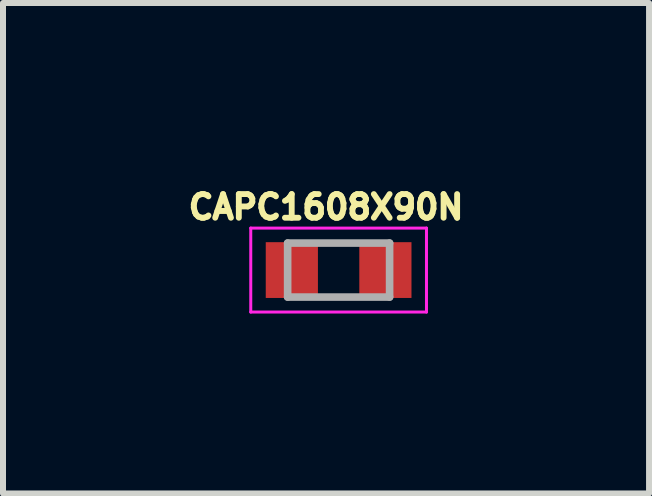
<source format=kicad_pcb>
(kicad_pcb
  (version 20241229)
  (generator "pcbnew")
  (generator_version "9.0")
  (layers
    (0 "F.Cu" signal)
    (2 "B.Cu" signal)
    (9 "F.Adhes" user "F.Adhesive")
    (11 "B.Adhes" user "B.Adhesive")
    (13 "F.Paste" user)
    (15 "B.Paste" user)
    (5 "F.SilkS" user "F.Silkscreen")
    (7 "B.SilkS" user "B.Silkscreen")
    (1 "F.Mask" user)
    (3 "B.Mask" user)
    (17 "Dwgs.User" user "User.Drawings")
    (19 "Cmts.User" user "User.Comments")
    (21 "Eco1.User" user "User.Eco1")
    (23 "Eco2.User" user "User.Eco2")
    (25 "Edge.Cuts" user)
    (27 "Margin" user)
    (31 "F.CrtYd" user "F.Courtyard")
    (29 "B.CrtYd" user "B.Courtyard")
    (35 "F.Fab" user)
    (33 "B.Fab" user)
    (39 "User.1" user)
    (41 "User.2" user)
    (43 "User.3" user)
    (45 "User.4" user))
  (footprint "CAPC1608X90N"
    (layer "F.Cu")
    (at 2.596 1.453)
    (property "Reference" "CAPC1608X90N" (at -0.21 -1.05 0) (layer "F.SilkS") (effects (font (size 0.394 0.394) (thickness 0.098))))
    (attr smd)
    (fp_line (start -1.465 -0.7) (end 1.465 -0.7) (stroke (width 0.05) (type solid)) (layer "F.CrtYd"))
    (fp_line (start -1.465 0.7) (end -1.465 -0.7) (stroke (width 0.05) (type solid)) (layer "F.CrtYd"))
    (fp_line (start -1.465 0.7) (end 1.465 0.7) (stroke (width 0.05) (type solid)) (layer "F.CrtYd"))
    (fp_line (start 1.465 0.7) (end 1.465 -0.7) (stroke (width 0.05) (type solid)) (layer "F.CrtYd"))
    (fp_line (start -0.85 0.45) (end -0.85 -0.45) (stroke (width 0.127) (type solid)) (layer "F.Fab"))
    (fp_line (start 0.85 -0.45) (end -0.85 -0.45) (stroke (width 0.127) (type solid)) (layer "F.Fab"))
    (fp_line (start 0.85 0.45) (end -0.85 0.45) (stroke (width 0.127) (type solid)) (layer "F.Fab"))
    (fp_line (start 0.85 0.45) (end 0.85 -0.45) (stroke (width 0.127) (type solid)) (layer "F.Fab"))
    (pad "1" smd rect (at -0.78 0) (size 0.87 0.93) (layers "F.Cu" "F.Mask" "F.Paste"))
    (pad "2" smd rect (at 0.78 0) (size 0.87 0.93) (layers "F.Cu" "F.Mask" "F.Paste")))
  (gr_rect
    (start -3 -3)
    (end 7.772 5.178)
    (stroke (width 0.1) (type default))
    (fill no)
    (layer "Edge.Cuts")))
</source>
